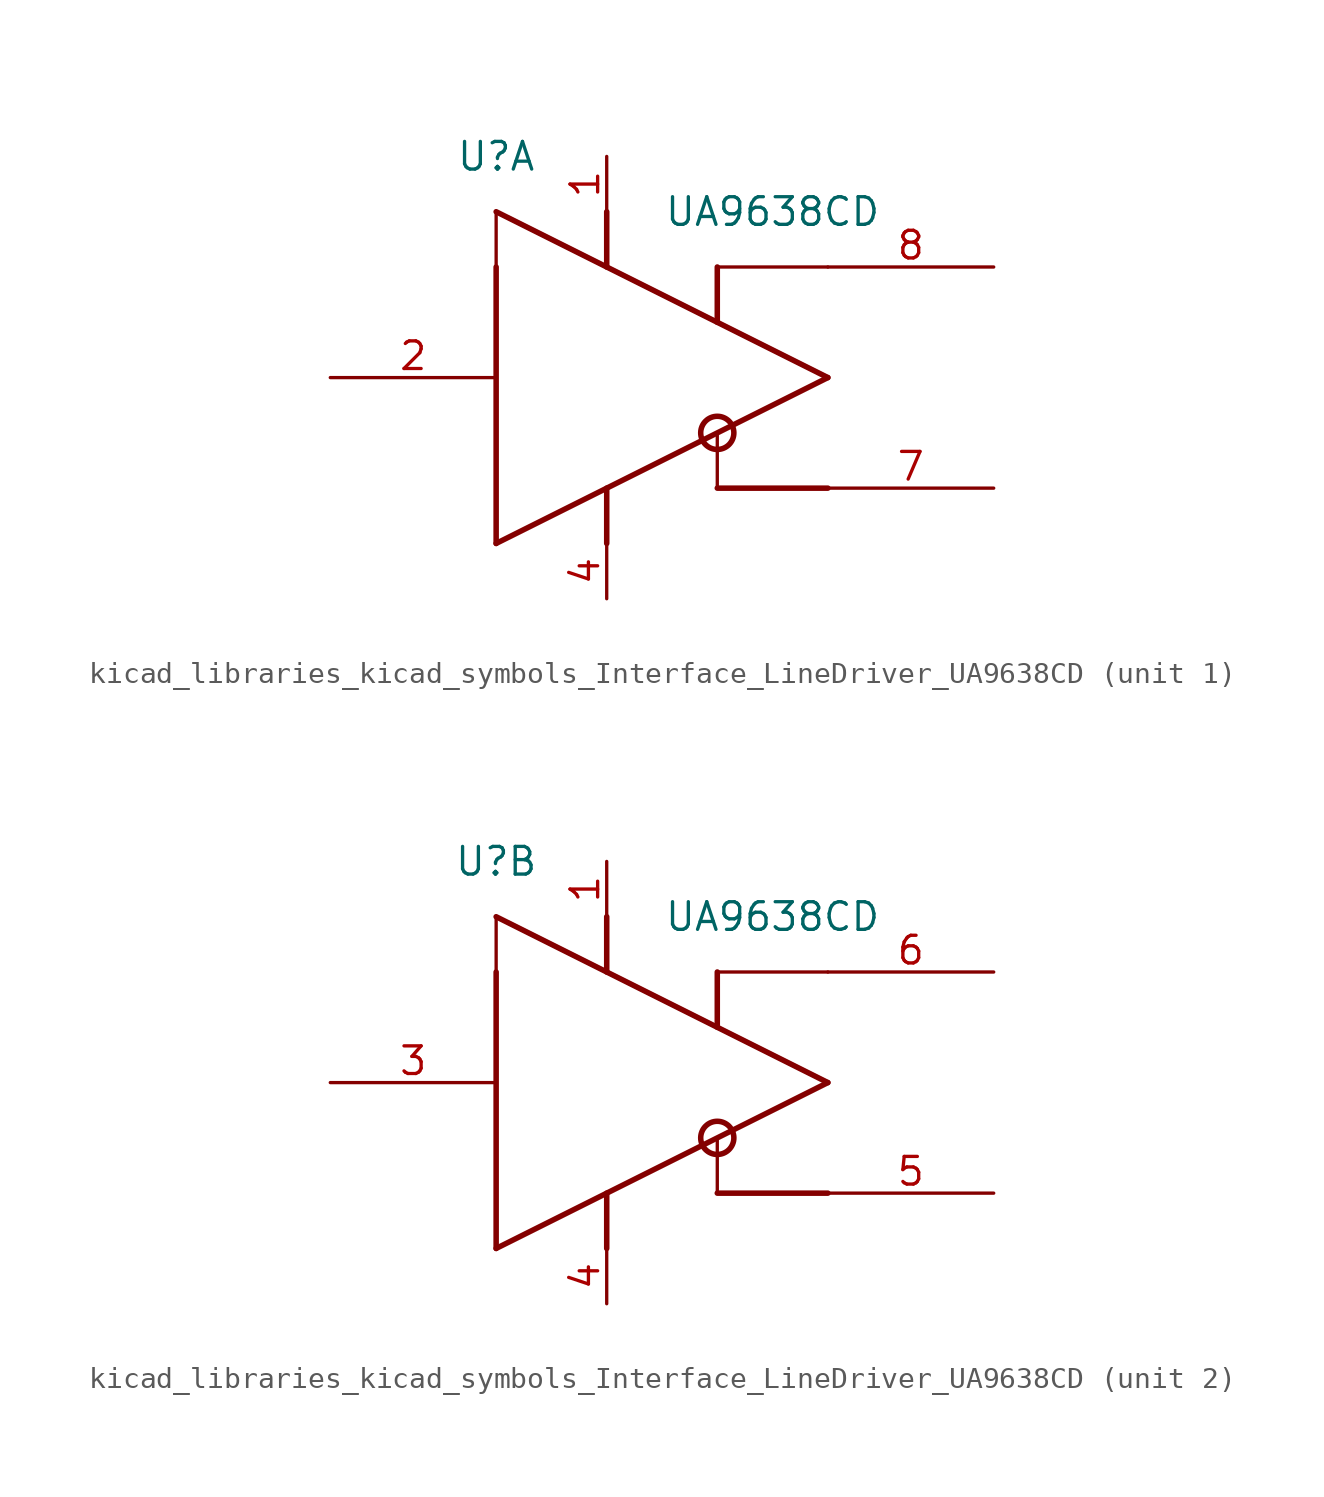
<source format=kicad_sym>
(kicad_symbol_lib
  (version 20220914)
  (generator kicad_symbol_editor)
  (symbol "kicad_libraries_kicad_symbols_Interface_LineDriver_UA9638CD"
    (pin_names
      (offset 1.016) hide)
    (property "Reference" "U"
      (at -7.62 10.16 0)
      (effects (font (size 1.27 1.27))))
    (property "Value" "UA9638CD"
      (at 5.08 7.62 0)
      (effects (font (size 1.27 1.27))))
    (symbol "kicad_libraries_kicad_symbols_Interface_LineDriver_UA9638CD_0_1"
      (polyline (pts (xy -7.62 5.08) (xy -7.62 -7.62)) (stroke (width 0.254) (type default)) (fill (type background)))
      (polyline (pts (xy -7.62 5.08) (xy -7.62 7.62)) (stroke (width 0) (type default)) (fill (type none)))
      (polyline (pts (xy -7.62 7.62) (xy 7.62 0)) (stroke (width 0.254) (type default)) (fill (type none)))
      (polyline (pts (xy -2.54 -5.08) (xy -2.54 -7.62)) (stroke (width 0.254) (type default)) (fill (type none)))
      (polyline (pts (xy -2.54 5.08) (xy -2.54 7.62)) (stroke (width 0.254) (type default)) (fill (type none)))
      (polyline (pts (xy 2.54 -5.08) (xy 7.62 -5.08)) (stroke (width 0.254) (type default)) (fill (type none)))
      (polyline (pts (xy 2.54 -2.54) (xy 2.54 -5.08)) (stroke (width 0) (type default)) (fill (type none)))
      (polyline (pts (xy 2.54 5.08) (xy 2.54 2.54)) (stroke (width 0.254) (type default)) (fill (type none)))
      (polyline (pts (xy 7.62 0) (xy -7.62 -7.62)) (stroke (width 0.254) (type default)) (fill (type none)))
      (polyline (pts (xy 7.62 5.08) (xy 2.54 5.08)) (stroke (width 0) (type default)) (fill (type none)))
      (circle (center 2.54 -2.54) (radius 0.762) (stroke (width 0.254) (type default)) (fill (type none))))
    (symbol "kicad_libraries_kicad_symbols_Interface_LineDriver_UA9638CD_1_1"
      (pin power_in line (at -2.54 10.16 270) (length 2.54) (name "VCC" (effects (font (size 1.27 1.27)))) (number "1" (effects (font (size 1.27 1.27)))))
      (pin input line (at -15.24 0 0) (length 7.62) (name "IN" (effects (font (size 1.27 1.27)))) (number "2" (effects (font (size 1.27 1.27)))))
      (pin power_in line (at -2.54 -10.16 90) (length 2.54) (name "GND" (effects (font (size 1.27 1.27)))) (number "4" (effects (font (size 1.27 1.27)))))
      (pin output line (at 15.24 -5.08 180) (length 7.62) (name "OUTA" (effects (font (size 1.27 1.27)))) (number "7" (effects (font (size 1.27 1.27)))))
      (pin output line (at 15.24 5.08 180) (length 7.62) (name "OUTB" (effects (font (size 1.27 1.27)))) (number "8" (effects (font (size 1.27 1.27))))))
    (symbol "kicad_libraries_kicad_symbols_Interface_LineDriver_UA9638CD_2_1"
      (pin power_in line (at -2.54 10.16 270) (length 2.54) (name "VCC" (effects (font (size 1.27 1.27)))) (number "1" (effects (font (size 1.27 1.27)))))
      (pin input line (at -15.24 0 0) (length 7.62) (name "IN" (effects (font (size 1.27 1.27)))) (number "3" (effects (font (size 1.27 1.27)))))
      (pin power_in line (at -2.54 -10.16 90) (length 2.54) (name "GND" (effects (font (size 1.27 1.27)))) (number "4" (effects (font (size 1.27 1.27)))))
      (pin output line (at 15.24 -5.08 180) (length 7.62) (name "OUTA" (effects (font (size 1.27 1.27)))) (number "5" (effects (font (size 1.27 1.27)))))
      (pin output line (at 15.24 5.08 180) (length 7.62) (name "OUTB" (effects (font (size 1.27 1.27)))) (number "6" (effects (font (size 1.27 1.27))))))))
</source>
